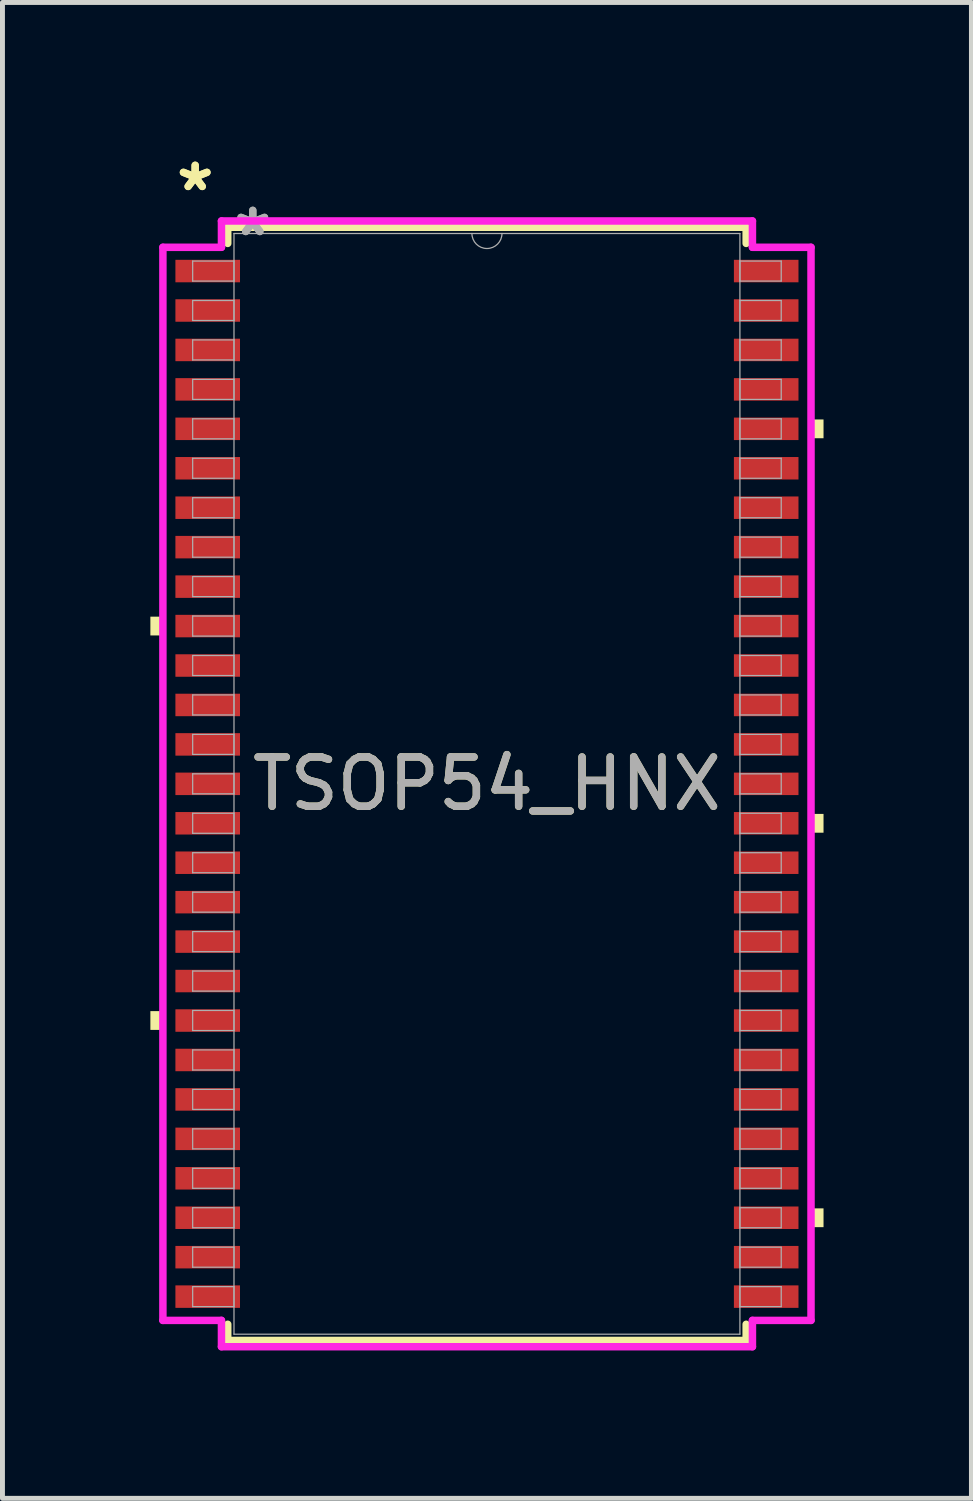
<source format=kicad_pcb>
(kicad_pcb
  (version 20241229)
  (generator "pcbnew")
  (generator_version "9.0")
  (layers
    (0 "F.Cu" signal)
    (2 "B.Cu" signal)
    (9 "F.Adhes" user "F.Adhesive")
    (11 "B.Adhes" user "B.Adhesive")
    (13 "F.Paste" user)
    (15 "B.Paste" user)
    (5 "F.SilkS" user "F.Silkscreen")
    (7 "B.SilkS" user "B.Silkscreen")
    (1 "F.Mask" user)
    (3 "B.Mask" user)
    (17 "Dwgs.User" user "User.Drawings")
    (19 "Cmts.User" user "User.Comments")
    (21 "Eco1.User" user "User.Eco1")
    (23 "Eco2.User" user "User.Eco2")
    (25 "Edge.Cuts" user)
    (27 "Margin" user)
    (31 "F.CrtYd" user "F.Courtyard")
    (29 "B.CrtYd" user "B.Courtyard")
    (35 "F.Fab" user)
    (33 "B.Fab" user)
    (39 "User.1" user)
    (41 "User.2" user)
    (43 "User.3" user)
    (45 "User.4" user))
  (footprint "TSOP54_HNX"
    (layer "F.Cu")
    (at 6.827 12.849)
    (property "Reference" "TSOP54_HNX" (at 0 0 0) (unlocked yes) (layer "F.SilkS") (effects (font (size 1 1) (thickness 0.15))))
    (attr smd)
    (fp_line (start -5.258 -11.29) (end -5.258 -10.962) (stroke (width 0.152) (type solid)) (layer "F.SilkS"))
    (fp_line (start -5.258 10.962) (end -5.258 11.29) (stroke (width 0.152) (type solid)) (layer "F.SilkS"))
    (fp_line (start -5.258 11.29) (end 5.258 11.29) (stroke (width 0.152) (type solid)) (layer "F.SilkS"))
    (fp_line (start 5.258 -11.29) (end -5.258 -11.29) (stroke (width 0.152) (type solid)) (layer "F.SilkS"))
    (fp_line (start 5.258 -10.962) (end 5.258 -11.29) (stroke (width 0.152) (type solid)) (layer "F.SilkS"))
    (fp_line (start 5.258 11.29) (end 5.258 10.962) (stroke (width 0.152) (type solid)) (layer "F.SilkS"))
    (fp_poly (pts (xy -6.827 -3.391) (xy -6.827 -3.01) (xy -6.573 -3.01) (xy -6.573 -3.391)) (stroke (width 0) (type solid)) (fill yes) (layer "F.SilkS"))
    (fp_poly (pts (xy -6.827 4.61) (xy -6.827 4.991) (xy -6.573 4.991) (xy -6.573 4.61)) (stroke (width 0) (type solid)) (fill yes) (layer "F.SilkS"))
    (fp_poly (pts (xy 6.827 -7.391) (xy 6.827 -7.01) (xy 6.573 -7.01) (xy 6.573 -7.391)) (stroke (width 0) (type solid)) (fill yes) (layer "F.SilkS"))
    (fp_poly (pts (xy 6.827 0.61) (xy 6.827 0.991) (xy 6.573 0.991) (xy 6.573 0.61)) (stroke (width 0) (type solid)) (fill yes) (layer "F.SilkS"))
    (fp_poly (pts (xy 6.827 8.611) (xy 6.827 8.992) (xy 6.573 8.992) (xy 6.573 8.611)) (stroke (width 0) (type solid)) (fill yes) (layer "F.SilkS"))
    (fp_line (start -6.573 -10.883) (end -5.385 -10.883) (stroke (width 0.152) (type solid)) (layer "F.CrtYd"))
    (fp_line (start -6.573 10.883) (end -6.573 -10.883) (stroke (width 0.152) (type solid)) (layer "F.CrtYd"))
    (fp_line (start -6.573 10.883) (end -5.385 10.883) (stroke (width 0.152) (type solid)) (layer "F.CrtYd"))
    (fp_line (start -5.385 -11.417) (end 5.385 -11.417) (stroke (width 0.152) (type solid)) (layer "F.CrtYd"))
    (fp_line (start -5.385 -10.883) (end -5.385 -11.417) (stroke (width 0.152) (type solid)) (layer "F.CrtYd"))
    (fp_line (start -5.385 11.417) (end -5.385 10.883) (stroke (width 0.152) (type solid)) (layer "F.CrtYd"))
    (fp_line (start 5.385 -11.417) (end 5.385 -10.883) (stroke (width 0.152) (type solid)) (layer "F.CrtYd"))
    (fp_line (start 5.385 10.883) (end 5.385 11.417) (stroke (width 0.152) (type solid)) (layer "F.CrtYd"))
    (fp_line (start 5.385 11.417) (end -5.385 11.417) (stroke (width 0.152) (type solid)) (layer "F.CrtYd"))
    (fp_line (start 6.573 -10.883) (end 5.385 -10.883) (stroke (width 0.152) (type solid)) (layer "F.CrtYd"))
    (fp_line (start 6.573 -10.883) (end 6.573 10.883) (stroke (width 0.152) (type solid)) (layer "F.CrtYd"))
    (fp_line (start 6.573 10.883) (end 5.385 10.883) (stroke (width 0.152) (type solid)) (layer "F.CrtYd"))
    (fp_line (start -5.969 -10.604) (end -5.969 -10.198) (stroke (width 0.025) (type solid)) (layer "F.Fab"))
    (fp_line (start -5.969 -10.198) (end -5.131 -10.198) (stroke (width 0.025) (type solid)) (layer "F.Fab"))
    (fp_line (start -5.969 -9.804) (end -5.969 -9.398) (stroke (width 0.025) (type solid)) (layer "F.Fab"))
    (fp_line (start -5.969 -9.398) (end -5.131 -9.398) (stroke (width 0.025) (type solid)) (layer "F.Fab"))
    (fp_line (start -5.969 -9.004) (end -5.969 -8.598) (stroke (width 0.025) (type solid)) (layer "F.Fab"))
    (fp_line (start -5.969 -8.598) (end -5.131 -8.598) (stroke (width 0.025) (type solid)) (layer "F.Fab"))
    (fp_line (start -5.969 -8.204) (end -5.969 -7.798) (stroke (width 0.025) (type solid)) (layer "F.Fab"))
    (fp_line (start -5.969 -7.798) (end -5.131 -7.798) (stroke (width 0.025) (type solid)) (layer "F.Fab"))
    (fp_line (start -5.969 -7.404) (end -5.969 -6.998) (stroke (width 0.025) (type solid)) (layer "F.Fab"))
    (fp_line (start -5.969 -6.998) (end -5.131 -6.998) (stroke (width 0.025) (type solid)) (layer "F.Fab"))
    (fp_line (start -5.969 -6.604) (end -5.969 -6.198) (stroke (width 0.025) (type solid)) (layer "F.Fab"))
    (fp_line (start -5.969 -6.198) (end -5.131 -6.198) (stroke (width 0.025) (type solid)) (layer "F.Fab"))
    (fp_line (start -5.969 -5.804) (end -5.969 -5.397) (stroke (width 0.025) (type solid)) (layer "F.Fab"))
    (fp_line (start -5.969 -5.397) (end -5.131 -5.397) (stroke (width 0.025) (type solid)) (layer "F.Fab"))
    (fp_line (start -5.969 -5.004) (end -5.969 -4.597) (stroke (width 0.025) (type solid)) (layer "F.Fab"))
    (fp_line (start -5.969 -4.597) (end -5.131 -4.597) (stroke (width 0.025) (type solid)) (layer "F.Fab"))
    (fp_line (start -5.969 -4.204) (end -5.969 -3.797) (stroke (width 0.025) (type solid)) (layer "F.Fab"))
    (fp_line (start -5.969 -3.797) (end -5.131 -3.797) (stroke (width 0.025) (type solid)) (layer "F.Fab"))
    (fp_line (start -5.969 -3.404) (end -5.969 -2.997) (stroke (width 0.025) (type solid)) (layer "F.Fab"))
    (fp_line (start -5.969 -2.997) (end -5.131 -2.997) (stroke (width 0.025) (type solid)) (layer "F.Fab"))
    (fp_line (start -5.969 -2.603) (end -5.969 -2.197) (stroke (width 0.025) (type solid)) (layer "F.Fab"))
    (fp_line (start -5.969 -2.197) (end -5.131 -2.197) (stroke (width 0.025) (type solid)) (layer "F.Fab"))
    (fp_line (start -5.969 -1.803) (end -5.969 -1.397) (stroke (width 0.025) (type solid)) (layer "F.Fab"))
    (fp_line (start -5.969 -1.397) (end -5.131 -1.397) (stroke (width 0.025) (type solid)) (layer "F.Fab"))
    (fp_line (start -5.969 -1.003) (end -5.969 -0.597) (stroke (width 0.025) (type solid)) (layer "F.Fab"))
    (fp_line (start -5.969 -0.597) (end -5.131 -0.597) (stroke (width 0.025) (type solid)) (layer "F.Fab"))
    (fp_line (start -5.969 -0.203) (end -5.969 0.203) (stroke (width 0.025) (type solid)) (layer "F.Fab"))
    (fp_line (start -5.969 0.203) (end -5.131 0.203) (stroke (width 0.025) (type solid)) (layer "F.Fab"))
    (fp_line (start -5.969 0.597) (end -5.969 1.003) (stroke (width 0.025) (type solid)) (layer "F.Fab"))
    (fp_line (start -5.969 1.003) (end -5.131 1.003) (stroke (width 0.025) (type solid)) (layer "F.Fab"))
    (fp_line (start -5.969 1.397) (end -5.969 1.803) (stroke (width 0.025) (type solid)) (layer "F.Fab"))
    (fp_line (start -5.969 1.803) (end -5.131 1.803) (stroke (width 0.025) (type solid)) (layer "F.Fab"))
    (fp_line (start -5.969 2.197) (end -5.969 2.603) (stroke (width 0.025) (type solid)) (layer "F.Fab"))
    (fp_line (start -5.969 2.603) (end -5.131 2.603) (stroke (width 0.025) (type solid)) (layer "F.Fab"))
    (fp_line (start -5.969 2.997) (end -5.969 3.404) (stroke (width 0.025) (type solid)) (layer "F.Fab"))
    (fp_line (start -5.969 3.404) (end -5.131 3.404) (stroke (width 0.025) (type solid)) (layer "F.Fab"))
    (fp_line (start -5.969 3.797) (end -5.969 4.204) (stroke (width 0.025) (type solid)) (layer "F.Fab"))
    (fp_line (start -5.969 4.204) (end -5.131 4.204) (stroke (width 0.025) (type solid)) (layer "F.Fab"))
    (fp_line (start -5.969 4.597) (end -5.969 5.004) (stroke (width 0.025) (type solid)) (layer "F.Fab"))
    (fp_line (start -5.969 5.004) (end -5.131 5.004) (stroke (width 0.025) (type solid)) (layer "F.Fab"))
    (fp_line (start -5.969 5.397) (end -5.969 5.804) (stroke (width 0.025) (type solid)) (layer "F.Fab"))
    (fp_line (start -5.969 5.804) (end -5.131 5.804) (stroke (width 0.025) (type solid)) (layer "F.Fab"))
    (fp_line (start -5.969 6.198) (end -5.969 6.604) (stroke (width 0.025) (type solid)) (layer "F.Fab"))
    (fp_line (start -5.969 6.604) (end -5.131 6.604) (stroke (width 0.025) (type solid)) (layer "F.Fab"))
    (fp_line (start -5.969 6.998) (end -5.969 7.404) (stroke (width 0.025) (type solid)) (layer "F.Fab"))
    (fp_line (start -5.969 7.404) (end -5.131 7.404) (stroke (width 0.025) (type solid)) (layer "F.Fab"))
    (fp_line (start -5.969 7.798) (end -5.969 8.204) (stroke (width 0.025) (type solid)) (layer "F.Fab"))
    (fp_line (start -5.969 8.204) (end -5.131 8.204) (stroke (width 0.025) (type solid)) (layer "F.Fab"))
    (fp_line (start -5.969 8.598) (end -5.969 9.004) (stroke (width 0.025) (type solid)) (layer "F.Fab"))
    (fp_line (start -5.969 9.004) (end -5.131 9.004) (stroke (width 0.025) (type solid)) (layer "F.Fab"))
    (fp_line (start -5.969 9.398) (end -5.969 9.804) (stroke (width 0.025) (type solid)) (layer "F.Fab"))
    (fp_line (start -5.969 9.804) (end -5.131 9.804) (stroke (width 0.025) (type solid)) (layer "F.Fab"))
    (fp_line (start -5.969 10.198) (end -5.969 10.604) (stroke (width 0.025) (type solid)) (layer "F.Fab"))
    (fp_line (start -5.969 10.604) (end -5.131 10.604) (stroke (width 0.025) (type solid)) (layer "F.Fab"))
    (fp_line (start -5.131 -11.163) (end -5.131 11.163) (stroke (width 0.025) (type solid)) (layer "F.Fab"))
    (fp_line (start -5.131 -10.604) (end -5.969 -10.604) (stroke (width 0.025) (type solid)) (layer "F.Fab"))
    (fp_line (start -5.131 -10.198) (end -5.131 -10.604) (stroke (width 0.025) (type solid)) (layer "F.Fab"))
    (fp_line (start -5.131 -9.804) (end -5.969 -9.804) (stroke (width 0.025) (type solid)) (layer "F.Fab"))
    (fp_line (start -5.131 -9.398) (end -5.131 -9.804) (stroke (width 0.025) (type solid)) (layer "F.Fab"))
    (fp_line (start -5.131 -9.004) (end -5.969 -9.004) (stroke (width 0.025) (type solid)) (layer "F.Fab"))
    (fp_line (start -5.131 -8.598) (end -5.131 -9.004) (stroke (width 0.025) (type solid)) (layer "F.Fab"))
    (fp_line (start -5.131 -8.204) (end -5.969 -8.204) (stroke (width 0.025) (type solid)) (layer "F.Fab"))
    (fp_line (start -5.131 -7.798) (end -5.131 -8.204) (stroke (width 0.025) (type solid)) (layer "F.Fab"))
    (fp_line (start -5.131 -7.404) (end -5.969 -7.404) (stroke (width 0.025) (type solid)) (layer "F.Fab"))
    (fp_line (start -5.131 -6.998) (end -5.131 -7.404) (stroke (width 0.025) (type solid)) (layer "F.Fab"))
    (fp_line (start -5.131 -6.604) (end -5.969 -6.604) (stroke (width 0.025) (type solid)) (layer "F.Fab"))
    (fp_line (start -5.131 -6.198) (end -5.131 -6.604) (stroke (width 0.025) (type solid)) (layer "F.Fab"))
    (fp_line (start -5.131 -5.804) (end -5.969 -5.804) (stroke (width 0.025) (type solid)) (layer "F.Fab"))
    (fp_line (start -5.131 -5.397) (end -5.131 -5.804) (stroke (width 0.025) (type solid)) (layer "F.Fab"))
    (fp_line (start -5.131 -5.004) (end -5.969 -5.004) (stroke (width 0.025) (type solid)) (layer "F.Fab"))
    (fp_line (start -5.131 -4.597) (end -5.131 -5.004) (stroke (width 0.025) (type solid)) (layer "F.Fab"))
    (fp_line (start -5.131 -4.204) (end -5.969 -4.204) (stroke (width 0.025) (type solid)) (layer "F.Fab"))
    (fp_line (start -5.131 -3.797) (end -5.131 -4.204) (stroke (width 0.025) (type solid)) (layer "F.Fab"))
    (fp_line (start -5.131 -3.404) (end -5.969 -3.404) (stroke (width 0.025) (type solid)) (layer "F.Fab"))
    (fp_line (start -5.131 -2.997) (end -5.131 -3.404) (stroke (width 0.025) (type solid)) (layer "F.Fab"))
    (fp_line (start -5.131 -2.603) (end -5.969 -2.603) (stroke (width 0.025) (type solid)) (layer "F.Fab"))
    (fp_line (start -5.131 -2.197) (end -5.131 -2.603) (stroke (width 0.025) (type solid)) (layer "F.Fab"))
    (fp_line (start -5.131 -1.803) (end -5.969 -1.803) (stroke (width 0.025) (type solid)) (layer "F.Fab"))
    (fp_line (start -5.131 -1.397) (end -5.131 -1.803) (stroke (width 0.025) (type solid)) (layer "F.Fab"))
    (fp_line (start -5.131 -1.003) (end -5.969 -1.003) (stroke (width 0.025) (type solid)) (layer "F.Fab"))
    (fp_line (start -5.131 -0.597) (end -5.131 -1.003) (stroke (width 0.025) (type solid)) (layer "F.Fab"))
    (fp_line (start -5.131 -0.203) (end -5.969 -0.203) (stroke (width 0.025) (type solid)) (layer "F.Fab"))
    (fp_line (start -5.131 0.203) (end -5.131 -0.203) (stroke (width 0.025) (type solid)) (layer "F.Fab"))
    (fp_line (start -5.131 0.597) (end -5.969 0.597) (stroke (width 0.025) (type solid)) (layer "F.Fab"))
    (fp_line (start -5.131 1.003) (end -5.131 0.597) (stroke (width 0.025) (type solid)) (layer "F.Fab"))
    (fp_line (start -5.131 1.397) (end -5.969 1.397) (stroke (width 0.025) (type solid)) (layer "F.Fab"))
    (fp_line (start -5.131 1.803) (end -5.131 1.397) (stroke (width 0.025) (type solid)) (layer "F.Fab"))
    (fp_line (start -5.131 2.197) (end -5.969 2.197) (stroke (width 0.025) (type solid)) (layer "F.Fab"))
    (fp_line (start -5.131 2.603) (end -5.131 2.197) (stroke (width 0.025) (type solid)) (layer "F.Fab"))
    (fp_line (start -5.131 2.997) (end -5.969 2.997) (stroke (width 0.025) (type solid)) (layer "F.Fab"))
    (fp_line (start -5.131 3.404) (end -5.131 2.997) (stroke (width 0.025) (type solid)) (layer "F.Fab"))
    (fp_line (start -5.131 3.797) (end -5.969 3.797) (stroke (width 0.025) (type solid)) (layer "F.Fab"))
    (fp_line (start -5.131 4.204) (end -5.131 3.797) (stroke (width 0.025) (type solid)) (layer "F.Fab"))
    (fp_line (start -5.131 4.597) (end -5.969 4.597) (stroke (width 0.025) (type solid)) (layer "F.Fab"))
    (fp_line (start -5.131 5.004) (end -5.131 4.597) (stroke (width 0.025) (type solid)) (layer "F.Fab"))
    (fp_line (start -5.131 5.397) (end -5.969 5.397) (stroke (width 0.025) (type solid)) (layer "F.Fab"))
    (fp_line (start -5.131 5.804) (end -5.131 5.397) (stroke (width 0.025) (type solid)) (layer "F.Fab"))
    (fp_line (start -5.131 6.198) (end -5.969 6.198) (stroke (width 0.025) (type solid)) (layer "F.Fab"))
    (fp_line (start -5.131 6.604) (end -5.131 6.198) (stroke (width 0.025) (type solid)) (layer "F.Fab"))
    (fp_line (start -5.131 6.998) (end -5.969 6.998) (stroke (width 0.025) (type solid)) (layer "F.Fab"))
    (fp_line (start -5.131 7.404) (end -5.131 6.998) (stroke (width 0.025) (type solid)) (layer "F.Fab"))
    (fp_line (start -5.131 7.798) (end -5.969 7.798) (stroke (width 0.025) (type solid)) (layer "F.Fab"))
    (fp_line (start -5.131 8.204) (end -5.131 7.798) (stroke (width 0.025) (type solid)) (layer "F.Fab"))
    (fp_line (start -5.131 8.598) (end -5.969 8.598) (stroke (width 0.025) (type solid)) (layer "F.Fab"))
    (fp_line (start -5.131 9.004) (end -5.131 8.598) (stroke (width 0.025) (type solid)) (layer "F.Fab"))
    (fp_line (start -5.131 9.398) (end -5.969 9.398) (stroke (width 0.025) (type solid)) (layer "F.Fab"))
    (fp_line (start -5.131 9.804) (end -5.131 9.398) (stroke (width 0.025) (type solid)) (layer "F.Fab"))
    (fp_line (start -5.131 10.198) (end -5.969 10.198) (stroke (width 0.025) (type solid)) (layer "F.Fab"))
    (fp_line (start -5.131 10.604) (end -5.131 10.198) (stroke (width 0.025) (type solid)) (layer "F.Fab"))
    (fp_line (start -5.131 11.163) (end 5.131 11.163) (stroke (width 0.025) (type solid)) (layer "F.Fab"))
    (fp_line (start 5.131 -11.163) (end -5.131 -11.163) (stroke (width 0.025) (type solid)) (layer "F.Fab"))
    (fp_line (start 5.131 -10.604) (end 5.131 -10.198) (stroke (width 0.025) (type solid)) (layer "F.Fab"))
    (fp_line (start 5.131 -10.198) (end 5.969 -10.198) (stroke (width 0.025) (type solid)) (layer "F.Fab"))
    (fp_line (start 5.131 -9.804) (end 5.131 -9.398) (stroke (width 0.025) (type solid)) (layer "F.Fab"))
    (fp_line (start 5.131 -9.398) (end 5.969 -9.398) (stroke (width 0.025) (type solid)) (layer "F.Fab"))
    (fp_line (start 5.131 -9.004) (end 5.131 -8.598) (stroke (width 0.025) (type solid)) (layer "F.Fab"))
    (fp_line (start 5.131 -8.598) (end 5.969 -8.598) (stroke (width 0.025) (type solid)) (layer "F.Fab"))
    (fp_line (start 5.131 -8.204) (end 5.131 -7.798) (stroke (width 0.025) (type solid)) (layer "F.Fab"))
    (fp_line (start 5.131 -7.798) (end 5.969 -7.798) (stroke (width 0.025) (type solid)) (layer "F.Fab"))
    (fp_line (start 5.131 -7.404) (end 5.131 -6.998) (stroke (width 0.025) (type solid)) (layer "F.Fab"))
    (fp_line (start 5.131 -6.998) (end 5.969 -6.998) (stroke (width 0.025) (type solid)) (layer "F.Fab"))
    (fp_line (start 5.131 -6.604) (end 5.131 -6.198) (stroke (width 0.025) (type solid)) (layer "F.Fab"))
    (fp_line (start 5.131 -6.198) (end 5.969 -6.198) (stroke (width 0.025) (type solid)) (layer "F.Fab"))
    (fp_line (start 5.131 -5.804) (end 5.131 -5.397) (stroke (width 0.025) (type solid)) (layer "F.Fab"))
    (fp_line (start 5.131 -5.397) (end 5.969 -5.397) (stroke (width 0.025) (type solid)) (layer "F.Fab"))
    (fp_line (start 5.131 -5.004) (end 5.131 -4.597) (stroke (width 0.025) (type solid)) (layer "F.Fab"))
    (fp_line (start 5.131 -4.597) (end 5.969 -4.597) (stroke (width 0.025) (type solid)) (layer "F.Fab"))
    (fp_line (start 5.131 -4.204) (end 5.131 -3.797) (stroke (width 0.025) (type solid)) (layer "F.Fab"))
    (fp_line (start 5.131 -3.797) (end 5.969 -3.797) (stroke (width 0.025) (type solid)) (layer "F.Fab"))
    (fp_line (start 5.131 -3.404) (end 5.131 -2.997) (stroke (width 0.025) (type solid)) (layer "F.Fab"))
    (fp_line (start 5.131 -2.997) (end 5.969 -2.997) (stroke (width 0.025) (type solid)) (layer "F.Fab"))
    (fp_line (start 5.131 -2.603) (end 5.131 -2.197) (stroke (width 0.025) (type solid)) (layer "F.Fab"))
    (fp_line (start 5.131 -2.197) (end 5.969 -2.197) (stroke (width 0.025) (type solid)) (layer "F.Fab"))
    (fp_line (start 5.131 -1.803) (end 5.131 -1.397) (stroke (width 0.025) (type solid)) (layer "F.Fab"))
    (fp_line (start 5.131 -1.397) (end 5.969 -1.397) (stroke (width 0.025) (type solid)) (layer "F.Fab"))
    (fp_line (start 5.131 -1.003) (end 5.131 -0.597) (stroke (width 0.025) (type solid)) (layer "F.Fab"))
    (fp_line (start 5.131 -0.597) (end 5.969 -0.597) (stroke (width 0.025) (type solid)) (layer "F.Fab"))
    (fp_line (start 5.131 -0.203) (end 5.131 0.203) (stroke (width 0.025) (type solid)) (layer "F.Fab"))
    (fp_line (start 5.131 0.203) (end 5.969 0.203) (stroke (width 0.025) (type solid)) (layer "F.Fab"))
    (fp_line (start 5.131 0.597) (end 5.131 1.003) (stroke (width 0.025) (type solid)) (layer "F.Fab"))
    (fp_line (start 5.131 1.003) (end 5.969 1.003) (stroke (width 0.025) (type solid)) (layer "F.Fab"))
    (fp_line (start 5.131 1.397) (end 5.131 1.803) (stroke (width 0.025) (type solid)) (layer "F.Fab"))
    (fp_line (start 5.131 1.803) (end 5.969 1.803) (stroke (width 0.025) (type solid)) (layer "F.Fab"))
    (fp_line (start 5.131 2.197) (end 5.131 2.603) (stroke (width 0.025) (type solid)) (layer "F.Fab"))
    (fp_line (start 5.131 2.603) (end 5.969 2.603) (stroke (width 0.025) (type solid)) (layer "F.Fab"))
    (fp_line (start 5.131 2.997) (end 5.131 3.404) (stroke (width 0.025) (type solid)) (layer "F.Fab"))
    (fp_line (start 5.131 3.404) (end 5.969 3.404) (stroke (width 0.025) (type solid)) (layer "F.Fab"))
    (fp_line (start 5.131 3.797) (end 5.131 4.204) (stroke (width 0.025) (type solid)) (layer "F.Fab"))
    (fp_line (start 5.131 4.204) (end 5.969 4.204) (stroke (width 0.025) (type solid)) (layer "F.Fab"))
    (fp_line (start 5.131 4.597) (end 5.131 5.004) (stroke (width 0.025) (type solid)) (layer "F.Fab"))
    (fp_line (start 5.131 5.004) (end 5.969 5.004) (stroke (width 0.025) (type solid)) (layer "F.Fab"))
    (fp_line (start 5.131 5.397) (end 5.131 5.804) (stroke (width 0.025) (type solid)) (layer "F.Fab"))
    (fp_line (start 5.131 5.804) (end 5.969 5.804) (stroke (width 0.025) (type solid)) (layer "F.Fab"))
    (fp_line (start 5.131 6.198) (end 5.131 6.604) (stroke (width 0.025) (type solid)) (layer "F.Fab"))
    (fp_line (start 5.131 6.604) (end 5.969 6.604) (stroke (width 0.025) (type solid)) (layer "F.Fab"))
    (fp_line (start 5.131 6.998) (end 5.131 7.404) (stroke (width 0.025) (type solid)) (layer "F.Fab"))
    (fp_line (start 5.131 7.404) (end 5.969 7.404) (stroke (width 0.025) (type solid)) (layer "F.Fab"))
    (fp_line (start 5.131 7.798) (end 5.131 8.204) (stroke (width 0.025) (type solid)) (layer "F.Fab"))
    (fp_line (start 5.131 8.204) (end 5.969 8.204) (stroke (width 0.025) (type solid)) (layer "F.Fab"))
    (fp_line (start 5.131 8.598) (end 5.131 9.004) (stroke (width 0.025) (type solid)) (layer "F.Fab"))
    (fp_line (start 5.131 9.004) (end 5.969 9.004) (stroke (width 0.025) (type solid)) (layer "F.Fab"))
    (fp_line (start 5.131 9.398) (end 5.131 9.804) (stroke (width 0.025) (type solid)) (layer "F.Fab"))
    (fp_line (start 5.131 9.804) (end 5.969 9.804) (stroke (width 0.025) (type solid)) (layer "F.Fab"))
    (fp_line (start 5.131 10.198) (end 5.131 10.604) (stroke (width 0.025) (type solid)) (layer "F.Fab"))
    (fp_line (start 5.131 10.604) (end 5.969 10.604) (stroke (width 0.025) (type solid)) (layer "F.Fab"))
    (fp_line (start 5.131 11.163) (end 5.131 -11.163) (stroke (width 0.025) (type solid)) (layer "F.Fab"))
    (fp_line (start 5.969 -10.604) (end 5.131 -10.604) (stroke (width 0.025) (type solid)) (layer "F.Fab"))
    (fp_line (start 5.969 -10.198) (end 5.969 -10.604) (stroke (width 0.025) (type solid)) (layer "F.Fab"))
    (fp_line (start 5.969 -9.804) (end 5.131 -9.804) (stroke (width 0.025) (type solid)) (layer "F.Fab"))
    (fp_line (start 5.969 -9.398) (end 5.969 -9.804) (stroke (width 0.025) (type solid)) (layer "F.Fab"))
    (fp_line (start 5.969 -9.004) (end 5.131 -9.004) (stroke (width 0.025) (type solid)) (layer "F.Fab"))
    (fp_line (start 5.969 -8.598) (end 5.969 -9.004) (stroke (width 0.025) (type solid)) (layer "F.Fab"))
    (fp_line (start 5.969 -8.204) (end 5.131 -8.204) (stroke (width 0.025) (type solid)) (layer "F.Fab"))
    (fp_line (start 5.969 -7.798) (end 5.969 -8.204) (stroke (width 0.025) (type solid)) (layer "F.Fab"))
    (fp_line (start 5.969 -7.404) (end 5.131 -7.404) (stroke (width 0.025) (type solid)) (layer "F.Fab"))
    (fp_line (start 5.969 -6.998) (end 5.969 -7.404) (stroke (width 0.025) (type solid)) (layer "F.Fab"))
    (fp_line (start 5.969 -6.604) (end 5.131 -6.604) (stroke (width 0.025) (type solid)) (layer "F.Fab"))
    (fp_line (start 5.969 -6.198) (end 5.969 -6.604) (stroke (width 0.025) (type solid)) (layer "F.Fab"))
    (fp_line (start 5.969 -5.804) (end 5.131 -5.804) (stroke (width 0.025) (type solid)) (layer "F.Fab"))
    (fp_line (start 5.969 -5.397) (end 5.969 -5.804) (stroke (width 0.025) (type solid)) (layer "F.Fab"))
    (fp_line (start 5.969 -5.004) (end 5.131 -5.004) (stroke (width 0.025) (type solid)) (layer "F.Fab"))
    (fp_line (start 5.969 -4.597) (end 5.969 -5.004) (stroke (width 0.025) (type solid)) (layer "F.Fab"))
    (fp_line (start 5.969 -4.204) (end 5.131 -4.204) (stroke (width 0.025) (type solid)) (layer "F.Fab"))
    (fp_line (start 5.969 -3.797) (end 5.969 -4.204) (stroke (width 0.025) (type solid)) (layer "F.Fab"))
    (fp_line (start 5.969 -3.404) (end 5.131 -3.404) (stroke (width 0.025) (type solid)) (layer "F.Fab"))
    (fp_line (start 5.969 -2.997) (end 5.969 -3.404) (stroke (width 0.025) (type solid)) (layer "F.Fab"))
    (fp_line (start 5.969 -2.603) (end 5.131 -2.603) (stroke (width 0.025) (type solid)) (layer "F.Fab"))
    (fp_line (start 5.969 -2.197) (end 5.969 -2.603) (stroke (width 0.025) (type solid)) (layer "F.Fab"))
    (fp_line (start 5.969 -1.803) (end 5.131 -1.803) (stroke (width 0.025) (type solid)) (layer "F.Fab"))
    (fp_line (start 5.969 -1.397) (end 5.969 -1.803) (stroke (width 0.025) (type solid)) (layer "F.Fab"))
    (fp_line (start 5.969 -1.003) (end 5.131 -1.003) (stroke (width 0.025) (type solid)) (layer "F.Fab"))
    (fp_line (start 5.969 -0.597) (end 5.969 -1.003) (stroke (width 0.025) (type solid)) (layer "F.Fab"))
    (fp_line (start 5.969 -0.203) (end 5.131 -0.203) (stroke (width 0.025) (type solid)) (layer "F.Fab"))
    (fp_line (start 5.969 0.203) (end 5.969 -0.203) (stroke (width 0.025) (type solid)) (layer "F.Fab"))
    (fp_line (start 5.969 0.597) (end 5.131 0.597) (stroke (width 0.025) (type solid)) (layer "F.Fab"))
    (fp_line (start 5.969 1.003) (end 5.969 0.597) (stroke (width 0.025) (type solid)) (layer "F.Fab"))
    (fp_line (start 5.969 1.397) (end 5.131 1.397) (stroke (width 0.025) (type solid)) (layer "F.Fab"))
    (fp_line (start 5.969 1.803) (end 5.969 1.397) (stroke (width 0.025) (type solid)) (layer "F.Fab"))
    (fp_line (start 5.969 2.197) (end 5.131 2.197) (stroke (width 0.025) (type solid)) (layer "F.Fab"))
    (fp_line (start 5.969 2.603) (end 5.969 2.197) (stroke (width 0.025) (type solid)) (layer "F.Fab"))
    (fp_line (start 5.969 2.997) (end 5.131 2.997) (stroke (width 0.025) (type solid)) (layer "F.Fab"))
    (fp_line (start 5.969 3.404) (end 5.969 2.997) (stroke (width 0.025) (type solid)) (layer "F.Fab"))
    (fp_line (start 5.969 3.797) (end 5.131 3.797) (stroke (width 0.025) (type solid)) (layer "F.Fab"))
    (fp_line (start 5.969 4.204) (end 5.969 3.797) (stroke (width 0.025) (type solid)) (layer "F.Fab"))
    (fp_line (start 5.969 4.597) (end 5.131 4.597) (stroke (width 0.025) (type solid)) (layer "F.Fab"))
    (fp_line (start 5.969 5.004) (end 5.969 4.597) (stroke (width 0.025) (type solid)) (layer "F.Fab"))
    (fp_line (start 5.969 5.397) (end 5.131 5.397) (stroke (width 0.025) (type solid)) (layer "F.Fab"))
    (fp_line (start 5.969 5.804) (end 5.969 5.397) (stroke (width 0.025) (type solid)) (layer "F.Fab"))
    (fp_line (start 5.969 6.198) (end 5.131 6.198) (stroke (width 0.025) (type solid)) (layer "F.Fab"))
    (fp_line (start 5.969 6.604) (end 5.969 6.198) (stroke (width 0.025) (type solid)) (layer "F.Fab"))
    (fp_line (start 5.969 6.998) (end 5.131 6.998) (stroke (width 0.025) (type solid)) (layer "F.Fab"))
    (fp_line (start 5.969 7.404) (end 5.969 6.998) (stroke (width 0.025) (type solid)) (layer "F.Fab"))
    (fp_line (start 5.969 7.798) (end 5.131 7.798) (stroke (width 0.025) (type solid)) (layer "F.Fab"))
    (fp_line (start 5.969 8.204) (end 5.969 7.798) (stroke (width 0.025) (type solid)) (layer "F.Fab"))
    (fp_line (start 5.969 8.598) (end 5.131 8.598) (stroke (width 0.025) (type solid)) (layer "F.Fab"))
    (fp_line (start 5.969 9.004) (end 5.969 8.598) (stroke (width 0.025) (type solid)) (layer "F.Fab"))
    (fp_line (start 5.969 9.398) (end 5.131 9.398) (stroke (width 0.025) (type solid)) (layer "F.Fab"))
    (fp_line (start 5.969 9.804) (end 5.969 9.398) (stroke (width 0.025) (type solid)) (layer "F.Fab"))
    (fp_line (start 5.969 10.198) (end 5.131 10.198) (stroke (width 0.025) (type solid)) (layer "F.Fab"))
    (fp_line (start 5.969 10.604) (end 5.969 10.198) (stroke (width 0.025) (type solid)) (layer "F.Fab"))
    (fp_arc (start 0.3048 -11.1633) (mid 0 -10.8585) (end -0.3048 -11.1633) (stroke (width 0.0254) (type solid)) (layer "F.Fab"))
    (fp_text user "*" (at -5.918 -12.001 0) (unlocked yes) (layer "F.SilkS") (effects (font (size 1 1) (thickness 0.15))))
    (fp_text user "*" (at -5.918 -12.001 0) (layer "F.SilkS") (effects (font (size 1 1) (thickness 0.15))))
    (fp_text user "*" (at -4.75 -11.087 0) (layer "F.Fab") (effects (font (size 1 1) (thickness 0.15))))
    (fp_text user "*" (at -4.75 -11.087 0) (unlocked yes) (layer "F.Fab") (effects (font (size 1 1) (thickness 0.15))))
    (fp_text user "${REFERENCE}" (at 0 0 0) (unlocked yes) (layer "F.Fab") (effects (font (size 1 1) (thickness 0.15))))
    (pad "1" smd rect (at -5.664 -10.401) (size 1.31 0.456) (layers "F.Cu" "F.Mask" "F.Paste"))
    (pad "2" smd rect (at -5.664 -9.601) (size 1.31 0.456) (layers "F.Cu" "F.Mask" "F.Paste"))
    (pad "3" smd rect (at -5.664 -8.801) (size 1.31 0.456) (layers "F.Cu" "F.Mask" "F.Paste"))
    (pad "4" smd rect (at -5.664 -8.001) (size 1.31 0.456) (layers "F.Cu" "F.Mask" "F.Paste"))
    (pad "5" smd rect (at -5.664 -7.201) (size 1.31 0.456) (layers "F.Cu" "F.Mask" "F.Paste"))
    (pad "6" smd rect (at -5.664 -6.401) (size 1.31 0.456) (layers "F.Cu" "F.Mask" "F.Paste"))
    (pad "7" smd rect (at -5.664 -5.601) (size 1.31 0.456) (layers "F.Cu" "F.Mask" "F.Paste"))
    (pad "8" smd rect (at -5.664 -4.801) (size 1.31 0.456) (layers "F.Cu" "F.Mask" "F.Paste"))
    (pad "9" smd rect (at -5.664 -4) (size 1.31 0.456) (layers "F.Cu" "F.Mask" "F.Paste"))
    (pad "10" smd rect (at -5.664 -3.2) (size 1.31 0.456) (layers "F.Cu" "F.Mask" "F.Paste"))
    (pad "11" smd rect (at -5.664 -2.4) (size 1.31 0.456) (layers "F.Cu" "F.Mask" "F.Paste"))
    (pad "12" smd rect (at -5.664 -1.6) (size 1.31 0.456) (layers "F.Cu" "F.Mask" "F.Paste"))
    (pad "13" smd rect (at -5.664 -0.8) (size 1.31 0.456) (layers "F.Cu" "F.Mask" "F.Paste"))
    (pad "14" smd rect (at -5.664 0) (size 1.31 0.456) (layers "F.Cu" "F.Mask" "F.Paste"))
    (pad "15" smd rect (at -5.664 0.8) (size 1.31 0.456) (layers "F.Cu" "F.Mask" "F.Paste"))
    (pad "16" smd rect (at -5.664 1.6) (size 1.31 0.456) (layers "F.Cu" "F.Mask" "F.Paste"))
    (pad "17" smd rect (at -5.664 2.4) (size 1.31 0.456) (layers "F.Cu" "F.Mask" "F.Paste"))
    (pad "18" smd rect (at -5.664 3.2) (size 1.31 0.456) (layers "F.Cu" "F.Mask" "F.Paste"))
    (pad "19" smd rect (at -5.664 4) (size 1.31 0.456) (layers "F.Cu" "F.Mask" "F.Paste"))
    (pad "20" smd rect (at -5.664 4.801) (size 1.31 0.456) (layers "F.Cu" "F.Mask" "F.Paste"))
    (pad "21" smd rect (at -5.664 5.601) (size 1.31 0.456) (layers "F.Cu" "F.Mask" "F.Paste"))
    (pad "22" smd rect (at -5.664 6.401) (size 1.31 0.456) (layers "F.Cu" "F.Mask" "F.Paste"))
    (pad "23" smd rect (at -5.664 7.201) (size 1.31 0.456) (layers "F.Cu" "F.Mask" "F.Paste"))
    (pad "24" smd rect (at -5.664 8.001) (size 1.31 0.456) (layers "F.Cu" "F.Mask" "F.Paste"))
    (pad "25" smd rect (at -5.664 8.801) (size 1.31 0.456) (layers "F.Cu" "F.Mask" "F.Paste"))
    (pad "26" smd rect (at -5.664 9.601) (size 1.31 0.456) (layers "F.Cu" "F.Mask" "F.Paste"))
    (pad "27" smd rect (at -5.664 10.401) (size 1.31 0.456) (layers "F.Cu" "F.Mask" "F.Paste"))
    (pad "28" smd rect (at 5.664 10.401) (size 1.31 0.456) (layers "F.Cu" "F.Mask" "F.Paste"))
    (pad "29" smd rect (at 5.664 9.601) (size 1.31 0.456) (layers "F.Cu" "F.Mask" "F.Paste"))
    (pad "30" smd rect (at 5.664 8.801) (size 1.31 0.456) (layers "F.Cu" "F.Mask" "F.Paste"))
    (pad "31" smd rect (at 5.664 8.001) (size 1.31 0.456) (layers "F.Cu" "F.Mask" "F.Paste"))
    (pad "32" smd rect (at 5.664 7.201) (size 1.31 0.456) (layers "F.Cu" "F.Mask" "F.Paste"))
    (pad "33" smd rect (at 5.664 6.401) (size 1.31 0.456) (layers "F.Cu" "F.Mask" "F.Paste"))
    (pad "34" smd rect (at 5.664 5.601) (size 1.31 0.456) (layers "F.Cu" "F.Mask" "F.Paste"))
    (pad "35" smd rect (at 5.664 4.801) (size 1.31 0.456) (layers "F.Cu" "F.Mask" "F.Paste"))
    (pad "36" smd rect (at 5.664 4) (size 1.31 0.456) (layers "F.Cu" "F.Mask" "F.Paste"))
    (pad "37" smd rect (at 5.664 3.2) (size 1.31 0.456) (layers "F.Cu" "F.Mask" "F.Paste"))
    (pad "38" smd rect (at 5.664 2.4) (size 1.31 0.456) (layers "F.Cu" "F.Mask" "F.Paste"))
    (pad "39" smd rect (at 5.664 1.6) (size 1.31 0.456) (layers "F.Cu" "F.Mask" "F.Paste"))
    (pad "40" smd rect (at 5.664 0.8) (size 1.31 0.456) (layers "F.Cu" "F.Mask" "F.Paste"))
    (pad "41" smd rect (at 5.664 0) (size 1.31 0.456) (layers "F.Cu" "F.Mask" "F.Paste"))
    (pad "42" smd rect (at 5.664 -0.8) (size 1.31 0.456) (layers "F.Cu" "F.Mask" "F.Paste"))
    (pad "43" smd rect (at 5.664 -1.6) (size 1.31 0.456) (layers "F.Cu" "F.Mask" "F.Paste"))
    (pad "44" smd rect (at 5.664 -2.4) (size 1.31 0.456) (layers "F.Cu" "F.Mask" "F.Paste"))
    (pad "45" smd rect (at 5.664 -3.2) (size 1.31 0.456) (layers "F.Cu" "F.Mask" "F.Paste"))
    (pad "46" smd rect (at 5.664 -4) (size 1.31 0.456) (layers "F.Cu" "F.Mask" "F.Paste"))
    (pad "47" smd rect (at 5.664 -4.801) (size 1.31 0.456) (layers "F.Cu" "F.Mask" "F.Paste"))
    (pad "48" smd rect (at 5.664 -5.601) (size 1.31 0.456) (layers "F.Cu" "F.Mask" "F.Paste"))
    (pad "49" smd rect (at 5.664 -6.401) (size 1.31 0.456) (layers "F.Cu" "F.Mask" "F.Paste"))
    (pad "50" smd rect (at 5.664 -7.201) (size 1.31 0.456) (layers "F.Cu" "F.Mask" "F.Paste"))
    (pad "51" smd rect (at 5.664 -8.001) (size 1.31 0.456) (layers "F.Cu" "F.Mask" "F.Paste"))
    (pad "52" smd rect (at 5.664 -8.801) (size 1.31 0.456) (layers "F.Cu" "F.Mask" "F.Paste"))
    (pad "53" smd rect (at 5.664 -9.601) (size 1.31 0.456) (layers "F.Cu" "F.Mask" "F.Paste"))
    (pad "54" smd rect (at 5.664 -10.401) (size 1.31 0.456) (layers "F.Cu" "F.Mask" "F.Paste")))
  (gr_rect
    (start -3 -3)
    (end 16.654 27.342)
    (stroke (width 0.1) (type default))
    (fill no)
    (layer "Edge.Cuts")))
</source>
